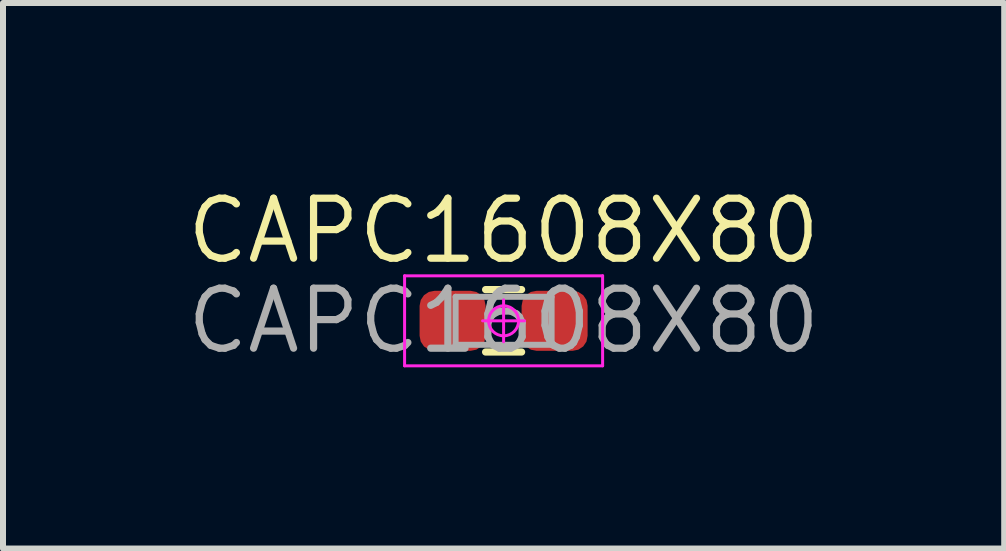
<source format=kicad_pcb>
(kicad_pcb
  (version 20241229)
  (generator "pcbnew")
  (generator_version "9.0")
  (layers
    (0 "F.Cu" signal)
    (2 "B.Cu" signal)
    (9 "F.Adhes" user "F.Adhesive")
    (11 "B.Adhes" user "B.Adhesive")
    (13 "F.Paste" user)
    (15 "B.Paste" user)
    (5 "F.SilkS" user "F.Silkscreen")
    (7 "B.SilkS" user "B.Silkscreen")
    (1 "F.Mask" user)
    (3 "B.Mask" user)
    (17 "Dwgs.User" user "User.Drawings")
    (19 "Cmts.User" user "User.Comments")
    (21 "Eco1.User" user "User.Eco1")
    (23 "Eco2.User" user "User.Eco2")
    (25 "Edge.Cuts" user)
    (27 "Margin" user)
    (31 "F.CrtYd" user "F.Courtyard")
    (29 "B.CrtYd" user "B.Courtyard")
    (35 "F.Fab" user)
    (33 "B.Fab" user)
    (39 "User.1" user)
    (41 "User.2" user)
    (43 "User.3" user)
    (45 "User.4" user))
  (footprint "CAPC1608X80"
    (layer "F.Cu")
    (at 5.342 2.296)
    (property "Reference" "CAPC1608X80" (at 0 -1.5 0) (layer "F.SilkS") (effects (font (size 1 1) (thickness 0.12))))
    (attr through_hole)
    (fp_line (start -0.3 -0.52) (end 0.3 -0.52) (stroke (width 0.12) (type solid)) (layer "F.SilkS"))
    (fp_line (start 0.3 0.52) (end -0.3 0.52) (stroke (width 0.12) (type solid)) (layer "F.SilkS"))
    (fp_line (start -1.65 -0.75) (end -1.65 0.75) (stroke (width 0.05) (type solid)) (layer "F.CrtYd"))
    (fp_line (start -1.65 0.75) (end 1.65 0.75) (stroke (width 0.05) (type solid)) (layer "F.CrtYd"))
    (fp_line (start 0 -0.35) (end 0 0.35) (stroke (width 0.05) (type solid)) (layer "F.CrtYd"))
    (fp_line (start 0.35 0) (end -0.35 0) (stroke (width 0.05) (type solid)) (layer "F.CrtYd"))
    (fp_line (start 1.65 -0.75) (end -1.65 -0.75) (stroke (width 0.05) (type solid)) (layer "F.CrtYd"))
    (fp_line (start 1.65 0.75) (end 1.65 -0.75) (stroke (width 0.05) (type solid)) (layer "F.CrtYd"))
    (fp_circle (center 0 0) (end 0.25 0) (stroke (width 0.05) (type solid)) (fill no) (layer "F.CrtYd"))
    (fp_line (start -0.8 -0.4) (end -0.8 0.4) (stroke (width 0.1) (type solid)) (layer "F.Fab"))
    (fp_line (start -0.8 0.4) (end 0.8 0.4) (stroke (width 0.1) (type solid)) (layer "F.Fab"))
    (fp_line (start 0.8 -0.4) (end -0.8 -0.4) (stroke (width 0.1) (type solid)) (layer "F.Fab"))
    (fp_line (start 0.8 0.4) (end 0.8 -0.4) (stroke (width 0.1) (type solid)) (layer "F.Fab"))
    (fp_text user "${REFERENCE}" (at 0 0 0) (layer "F.Fab") (effects (font (size 1 1) (thickness 0.12))))
    (pad "1" smd roundrect (at -0.85 0) (size 1.1 1) (layers "F.Cu" "F.Mask" "F.Paste") (roundrect_rratio 0.25))
    (pad "2" smd roundrect (at 0.85 0) (size 1.1 1) (layers "F.Cu" "F.Mask" "F.Paste") (roundrect_rratio 0.25)))
  (gr_rect
    (start -3 -3)
    (end 13.684 6.091)
    (stroke (width 0.1) (type default))
    (fill no)
    (layer "Edge.Cuts")))
</source>
